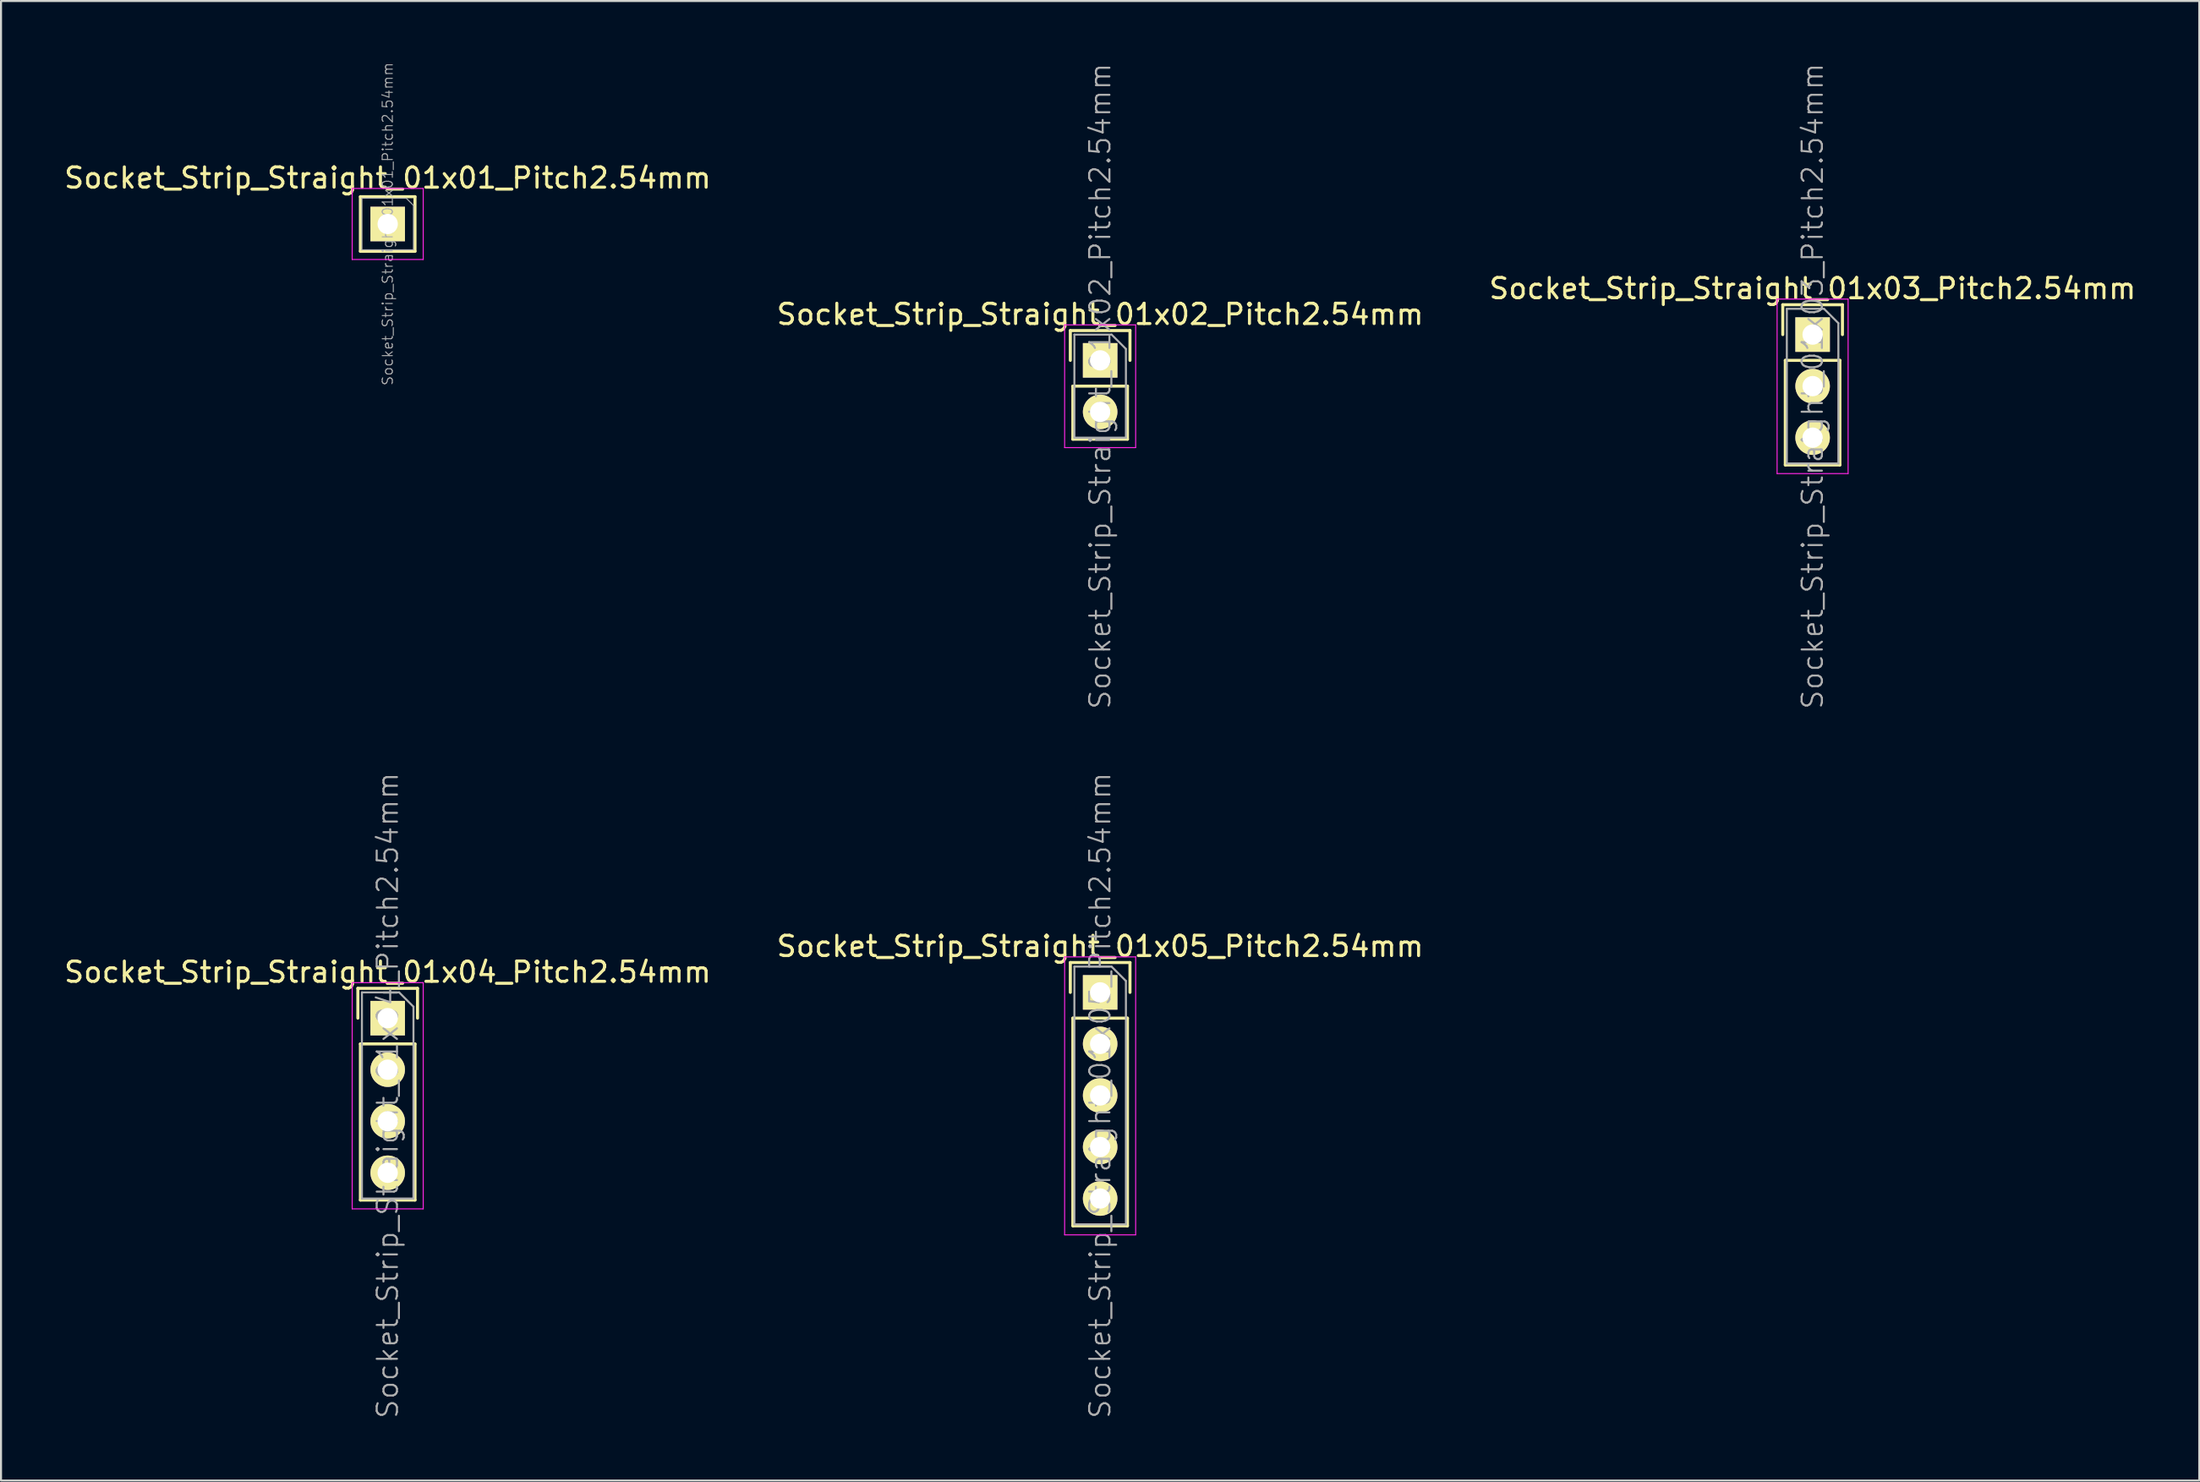
<source format=kicad_pcb>
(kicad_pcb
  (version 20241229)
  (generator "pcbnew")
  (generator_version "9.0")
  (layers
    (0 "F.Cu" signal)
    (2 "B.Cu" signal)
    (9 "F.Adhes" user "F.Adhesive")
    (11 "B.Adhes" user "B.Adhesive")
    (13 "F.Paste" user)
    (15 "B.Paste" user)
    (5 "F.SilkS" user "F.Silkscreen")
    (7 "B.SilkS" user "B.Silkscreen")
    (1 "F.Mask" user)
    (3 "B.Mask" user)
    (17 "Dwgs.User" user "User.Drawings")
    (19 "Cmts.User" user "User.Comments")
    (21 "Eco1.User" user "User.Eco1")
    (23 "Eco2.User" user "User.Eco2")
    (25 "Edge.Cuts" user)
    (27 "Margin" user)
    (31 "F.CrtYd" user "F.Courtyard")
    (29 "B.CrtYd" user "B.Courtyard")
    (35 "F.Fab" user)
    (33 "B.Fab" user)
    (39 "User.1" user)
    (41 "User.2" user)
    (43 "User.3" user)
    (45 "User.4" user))
  (footprint "Socket_Strip_Straight_01x03_Pitch2.54mm"
    (layer "F.Cu")
    (at 86.268 13.439)
    (property "Reference" "Socket_Strip_Straight_01x03_Pitch2.54mm" (at 0 -2.27 0) (layer "F.SilkS") (effects (font (size 1 1) (thickness 0.15))))
    (attr smd)
    (fp_line (start -1.47 -1.47) (end -1.47 0) (stroke (width 0.15) (type solid)) (layer "F.SilkS"))
    (fp_line (start -1.47 -1.47) (end 1.47 -1.47) (stroke (width 0.15) (type solid)) (layer "F.SilkS"))
    (fp_line (start -1.345 1.27) (end -1.345 6.425) (stroke (width 0.15) (type solid)) (layer "F.SilkS"))
    (fp_line (start -1.345 1.27) (end 1.345 1.27) (stroke (width 0.15) (type solid)) (layer "F.SilkS"))
    (fp_line (start -1.345 6.425) (end 1.345 6.425) (stroke (width 0.15) (type solid)) (layer "F.SilkS"))
    (fp_line (start 1.345 1.27) (end 1.345 6.425) (stroke (width 0.15) (type solid)) (layer "F.SilkS"))
    (fp_line (start 1.47 -1.47) (end 1.47 0) (stroke (width 0.15) (type solid)) (layer "F.SilkS"))
    (fp_line (start -1.75 -1.75) (end -1.75 6.85) (stroke (width 0.05) (type solid)) (layer "F.CrtYd"))
    (fp_line (start 1.75 -1.75) (end -1.75 -1.75) (stroke (width 0.05) (type solid)) (layer "F.CrtYd"))
    (fp_line (start 1.75 -1.75) (end 1.75 6.85) (stroke (width 0.05) (type solid)) (layer "F.CrtYd"))
    (fp_line (start 1.75 6.85) (end -1.75 6.85) (stroke (width 0.05) (type solid)) (layer "F.CrtYd"))
    (fp_line (start -1.27 -1.27) (end 0.563 -1.27) (stroke (width 0.1) (type solid)) (layer "F.Fab"))
    (fp_line (start -1.27 6.35) (end -1.27 -1.27) (stroke (width 0.1) (type solid)) (layer "F.Fab"))
    (fp_line (start -1.27 6.35) (end 1.27 6.35) (stroke (width 0.1) (type solid)) (layer "F.Fab"))
    (fp_line (start 1.27 -0.563) (end 0.563 -1.27) (stroke (width 0.1) (type solid)) (layer "F.Fab"))
    (fp_line (start 1.27 6.35) (end 1.27 -0.563) (stroke (width 0.1) (type solid)) (layer "F.Fab"))
    (fp_text user "${REFERENCE}" (at 0 2.54 90) (layer "F.Fab") (effects (font (size 1 1) (thickness 0.1))))
    (pad "1" thru_hole rect (at 0 0) (size 1.7 1.7) (drill 1) (layers "*.Cu" "*.Mask" "F.SilkS"))
    (pad "2" thru_hole oval (at 0 2.54) (size 1.7 1.7) (drill 1) (layers "*.Cu" "*.Mask" "F.SilkS"))
    (pad "3" thru_hole oval (at 0 5.08) (size 1.7 1.7) (drill 1) (layers "*.Cu" "*.Mask" "F.SilkS")))
  (footprint "Socket_Strip_Straight_01x05_Pitch2.54mm"
    (layer "F.Cu")
    (at 51.161 45.856)
    (property "Reference" "Socket_Strip_Straight_01x05_Pitch2.54mm" (at 0 -2.27 0) (layer "F.SilkS") (effects (font (size 1 1) (thickness 0.15))))
    (attr smd)
    (fp_line (start -1.47 -1.47) (end -1.47 0) (stroke (width 0.15) (type solid)) (layer "F.SilkS"))
    (fp_line (start -1.47 -1.47) (end 1.47 -1.47) (stroke (width 0.15) (type solid)) (layer "F.SilkS"))
    (fp_line (start -1.345 1.27) (end -1.345 11.505) (stroke (width 0.15) (type solid)) (layer "F.SilkS"))
    (fp_line (start -1.345 1.27) (end 1.345 1.27) (stroke (width 0.15) (type solid)) (layer "F.SilkS"))
    (fp_line (start -1.345 11.505) (end 1.345 11.505) (stroke (width 0.15) (type solid)) (layer "F.SilkS"))
    (fp_line (start 1.345 1.27) (end 1.345 11.505) (stroke (width 0.15) (type solid)) (layer "F.SilkS"))
    (fp_line (start 1.47 -1.47) (end 1.47 0) (stroke (width 0.15) (type solid)) (layer "F.SilkS"))
    (fp_line (start -1.75 -1.75) (end -1.75 11.95) (stroke (width 0.05) (type solid)) (layer "F.CrtYd"))
    (fp_line (start 1.75 -1.75) (end -1.75 -1.75) (stroke (width 0.05) (type solid)) (layer "F.CrtYd"))
    (fp_line (start 1.75 -1.75) (end 1.75 11.95) (stroke (width 0.05) (type solid)) (layer "F.CrtYd"))
    (fp_line (start 1.75 11.95) (end -1.75 11.95) (stroke (width 0.05) (type solid)) (layer "F.CrtYd"))
    (fp_line (start -1.27 -1.27) (end 0.563 -1.27) (stroke (width 0.1) (type solid)) (layer "F.Fab"))
    (fp_line (start -1.27 11.43) (end -1.27 -1.27) (stroke (width 0.1) (type solid)) (layer "F.Fab"))
    (fp_line (start -1.27 11.43) (end 1.27 11.43) (stroke (width 0.1) (type solid)) (layer "F.Fab"))
    (fp_line (start 1.27 -0.563) (end 0.563 -1.27) (stroke (width 0.1) (type solid)) (layer "F.Fab"))
    (fp_line (start 1.27 11.43) (end 1.27 -0.563) (stroke (width 0.1) (type solid)) (layer "F.Fab"))
    (fp_text user "${REFERENCE}" (at 0 5.08 90) (layer "F.Fab") (effects (font (size 1 1) (thickness 0.1))))
    (pad "1" thru_hole rect (at 0 0) (size 1.7 1.7) (drill 1) (layers "*.Cu" "*.Mask" "F.SilkS"))
    (pad "2" thru_hole oval (at 0 2.54) (size 1.7 1.7) (drill 1) (layers "*.Cu" "*.Mask" "F.SilkS"))
    (pad "3" thru_hole oval (at 0 5.08) (size 1.7 1.7) (drill 1) (layers "*.Cu" "*.Mask" "F.SilkS"))
    (pad "4" thru_hole oval (at 0 7.62) (size 1.7 1.7) (drill 1) (layers "*.Cu" "*.Mask" "F.SilkS"))
    (pad "5" thru_hole oval (at 0 10.16) (size 1.7 1.7) (drill 1) (layers "*.Cu" "*.Mask" "F.SilkS")))
  (footprint "Socket_Strip_Straight_01x01_Pitch2.54mm"
    (layer "F.Cu")
    (at 16.054 7.989)
    (property "Reference" "Socket_Strip_Straight_01x01_Pitch2.54mm" (at 0 -2.27 0) (layer "F.SilkS") (effects (font (size 1 1) (thickness 0.15))))
    (attr smd)
    (fp_line (start -1.345 -1.345) (end -1.345 1.345) (stroke (width 0.15) (type solid)) (layer "F.SilkS"))
    (fp_line (start -1.345 -1.345) (end 1.345 -1.345) (stroke (width 0.15) (type solid)) (layer "F.SilkS"))
    (fp_line (start -1.345 1.345) (end 1.345 1.345) (stroke (width 0.15) (type solid)) (layer "F.SilkS"))
    (fp_line (start 1.345 -1.345) (end 1.345 1.345) (stroke (width 0.15) (type solid)) (layer "F.SilkS"))
    (fp_line (start -1.75 -1.75) (end -1.75 1.75) (stroke (width 0.05) (type solid)) (layer "F.CrtYd"))
    (fp_line (start 1.75 -1.75) (end -1.75 -1.75) (stroke (width 0.05) (type solid)) (layer "F.CrtYd"))
    (fp_line (start 1.75 -1.75) (end 1.75 1.75) (stroke (width 0.05) (type solid)) (layer "F.CrtYd"))
    (fp_line (start 1.75 1.75) (end -1.75 1.75) (stroke (width 0.05) (type solid)) (layer "F.CrtYd"))
    (fp_line (start -1.27 -1.27) (end 0.916 -1.27) (stroke (width 0.05) (type solid)) (layer "F.Fab"))
    (fp_line (start -1.27 1.27) (end -1.27 -1.27) (stroke (width 0.05) (type solid)) (layer "F.Fab"))
    (fp_line (start -1.27 1.27) (end 1.27 1.27) (stroke (width 0.05) (type solid)) (layer "F.Fab"))
    (fp_line (start 1.27 -0.916) (end 0.916 -1.27) (stroke (width 0.05) (type solid)) (layer "F.Fab"))
    (fp_line (start 1.27 1.27) (end 1.27 -0.916) (stroke (width 0.05) (type solid)) (layer "F.Fab"))
    (fp_text user "${REFERENCE}" (at 0 0 90) (layer "F.Fab") (effects (font (size 0.5 0.5) (thickness 0.05))))
    (pad "1" thru_hole rect (at 0 0) (size 1.7 1.7) (drill 1) (layers "*.Cu" "*.Mask" "F.SilkS")))
  (footprint "Socket_Strip_Straight_01x02_Pitch2.54mm"
    (layer "F.Cu")
    (at 51.161 14.709)
    (property "Reference" "Socket_Strip_Straight_01x02_Pitch2.54mm" (at 0 -2.27 0) (layer "F.SilkS") (effects (font (size 1 1) (thickness 0.15))))
    (attr smd)
    (fp_line (start -1.47 -1.47) (end -1.47 0) (stroke (width 0.15) (type solid)) (layer "F.SilkS"))
    (fp_line (start -1.47 -1.47) (end 1.47 -1.47) (stroke (width 0.15) (type solid)) (layer "F.SilkS"))
    (fp_line (start -1.345 1.27) (end -1.345 3.885) (stroke (width 0.15) (type solid)) (layer "F.SilkS"))
    (fp_line (start -1.345 1.27) (end 1.345 1.27) (stroke (width 0.15) (type solid)) (layer "F.SilkS"))
    (fp_line (start -1.345 3.885) (end 1.345 3.885) (stroke (width 0.15) (type solid)) (layer "F.SilkS"))
    (fp_line (start 1.345 1.27) (end 1.345 3.885) (stroke (width 0.15) (type solid)) (layer "F.SilkS"))
    (fp_line (start 1.47 -1.47) (end 1.47 0) (stroke (width 0.15) (type solid)) (layer "F.SilkS"))
    (fp_line (start -1.75 -1.75) (end -1.75 4.3) (stroke (width 0.05) (type solid)) (layer "F.CrtYd"))
    (fp_line (start 1.75 -1.75) (end -1.75 -1.75) (stroke (width 0.05) (type solid)) (layer "F.CrtYd"))
    (fp_line (start 1.75 -1.75) (end 1.75 4.3) (stroke (width 0.05) (type solid)) (layer "F.CrtYd"))
    (fp_line (start 1.75 4.3) (end -1.75 4.3) (stroke (width 0.05) (type solid)) (layer "F.CrtYd"))
    (fp_line (start -1.27 -1.27) (end 0.563 -1.27) (stroke (width 0.1) (type solid)) (layer "F.Fab"))
    (fp_line (start -1.27 3.81) (end -1.27 -1.27) (stroke (width 0.1) (type solid)) (layer "F.Fab"))
    (fp_line (start -1.27 3.81) (end 1.27 3.81) (stroke (width 0.1) (type solid)) (layer "F.Fab"))
    (fp_line (start 1.27 -0.563) (end 0.563 -1.27) (stroke (width 0.1) (type solid)) (layer "F.Fab"))
    (fp_line (start 1.27 3.81) (end 1.27 -0.563) (stroke (width 0.1) (type solid)) (layer "F.Fab"))
    (fp_text user "${REFERENCE}" (at 0 1.27 90) (layer "F.Fab") (effects (font (size 1 1) (thickness 0.1))))
    (pad "1" thru_hole rect (at 0 0) (size 1.7 1.7) (drill 1) (layers "*.Cu" "*.Mask" "F.SilkS"))
    (pad "2" thru_hole oval (at 0 2.54) (size 1.7 1.7) (drill 1) (layers "*.Cu" "*.Mask" "F.SilkS")))
  (footprint "Socket_Strip_Straight_01x04_Pitch2.54mm"
    (layer "F.Cu")
    (at 16.054 47.126)
    (property "Reference" "Socket_Strip_Straight_01x04_Pitch2.54mm" (at 0 -2.27 0) (layer "F.SilkS") (effects (font (size 1 1) (thickness 0.15))))
    (attr smd)
    (fp_line (start -1.47 -1.47) (end -1.47 0) (stroke (width 0.15) (type solid)) (layer "F.SilkS"))
    (fp_line (start -1.47 -1.47) (end 1.47 -1.47) (stroke (width 0.15) (type solid)) (layer "F.SilkS"))
    (fp_line (start -1.345 1.27) (end -1.345 8.965) (stroke (width 0.15) (type solid)) (layer "F.SilkS"))
    (fp_line (start -1.345 1.27) (end 1.345 1.27) (stroke (width 0.15) (type solid)) (layer "F.SilkS"))
    (fp_line (start -1.345 8.965) (end 1.345 8.965) (stroke (width 0.15) (type solid)) (layer "F.SilkS"))
    (fp_line (start 1.345 1.27) (end 1.345 8.965) (stroke (width 0.15) (type solid)) (layer "F.SilkS"))
    (fp_line (start 1.47 -1.47) (end 1.47 0) (stroke (width 0.15) (type solid)) (layer "F.SilkS"))
    (fp_line (start -1.75 -1.75) (end -1.75 9.4) (stroke (width 0.05) (type solid)) (layer "F.CrtYd"))
    (fp_line (start 1.75 -1.75) (end -1.75 -1.75) (stroke (width 0.05) (type solid)) (layer "F.CrtYd"))
    (fp_line (start 1.75 -1.75) (end 1.75 9.4) (stroke (width 0.05) (type solid)) (layer "F.CrtYd"))
    (fp_line (start 1.75 9.4) (end -1.75 9.4) (stroke (width 0.05) (type solid)) (layer "F.CrtYd"))
    (fp_line (start -1.27 -1.27) (end 0.563 -1.27) (stroke (width 0.1) (type solid)) (layer "F.Fab"))
    (fp_line (start -1.27 8.89) (end -1.27 -1.27) (stroke (width 0.1) (type solid)) (layer "F.Fab"))
    (fp_line (start -1.27 8.89) (end 1.27 8.89) (stroke (width 0.1) (type solid)) (layer "F.Fab"))
    (fp_line (start 1.27 -0.563) (end 0.563 -1.27) (stroke (width 0.1) (type solid)) (layer "F.Fab"))
    (fp_line (start 1.27 8.89) (end 1.27 -0.563) (stroke (width 0.1) (type solid)) (layer "F.Fab"))
    (fp_text user "${REFERENCE}" (at 0 3.81 90) (layer "F.Fab") (effects (font (size 1 1) (thickness 0.1))))
    (pad "1" thru_hole rect (at 0 0) (size 1.7 1.7) (drill 1) (layers "*.Cu" "*.Mask" "F.SilkS"))
    (pad "2" thru_hole oval (at 0 2.54) (size 1.7 1.7) (drill 1) (layers "*.Cu" "*.Mask" "F.SilkS"))
    (pad "3" thru_hole oval (at 0 5.08) (size 1.7 1.7) (drill 1) (layers "*.Cu" "*.Mask" "F.SilkS"))
    (pad "4" thru_hole oval (at 0 7.62) (size 1.7 1.7) (drill 1) (layers "*.Cu" "*.Mask" "F.SilkS")))
  (gr_rect
    (start -3 -3)
    (end 105.321 69.914)
    (stroke (width 0.1) (type default))
    (fill no)
    (layer "Edge.Cuts")))
</source>
